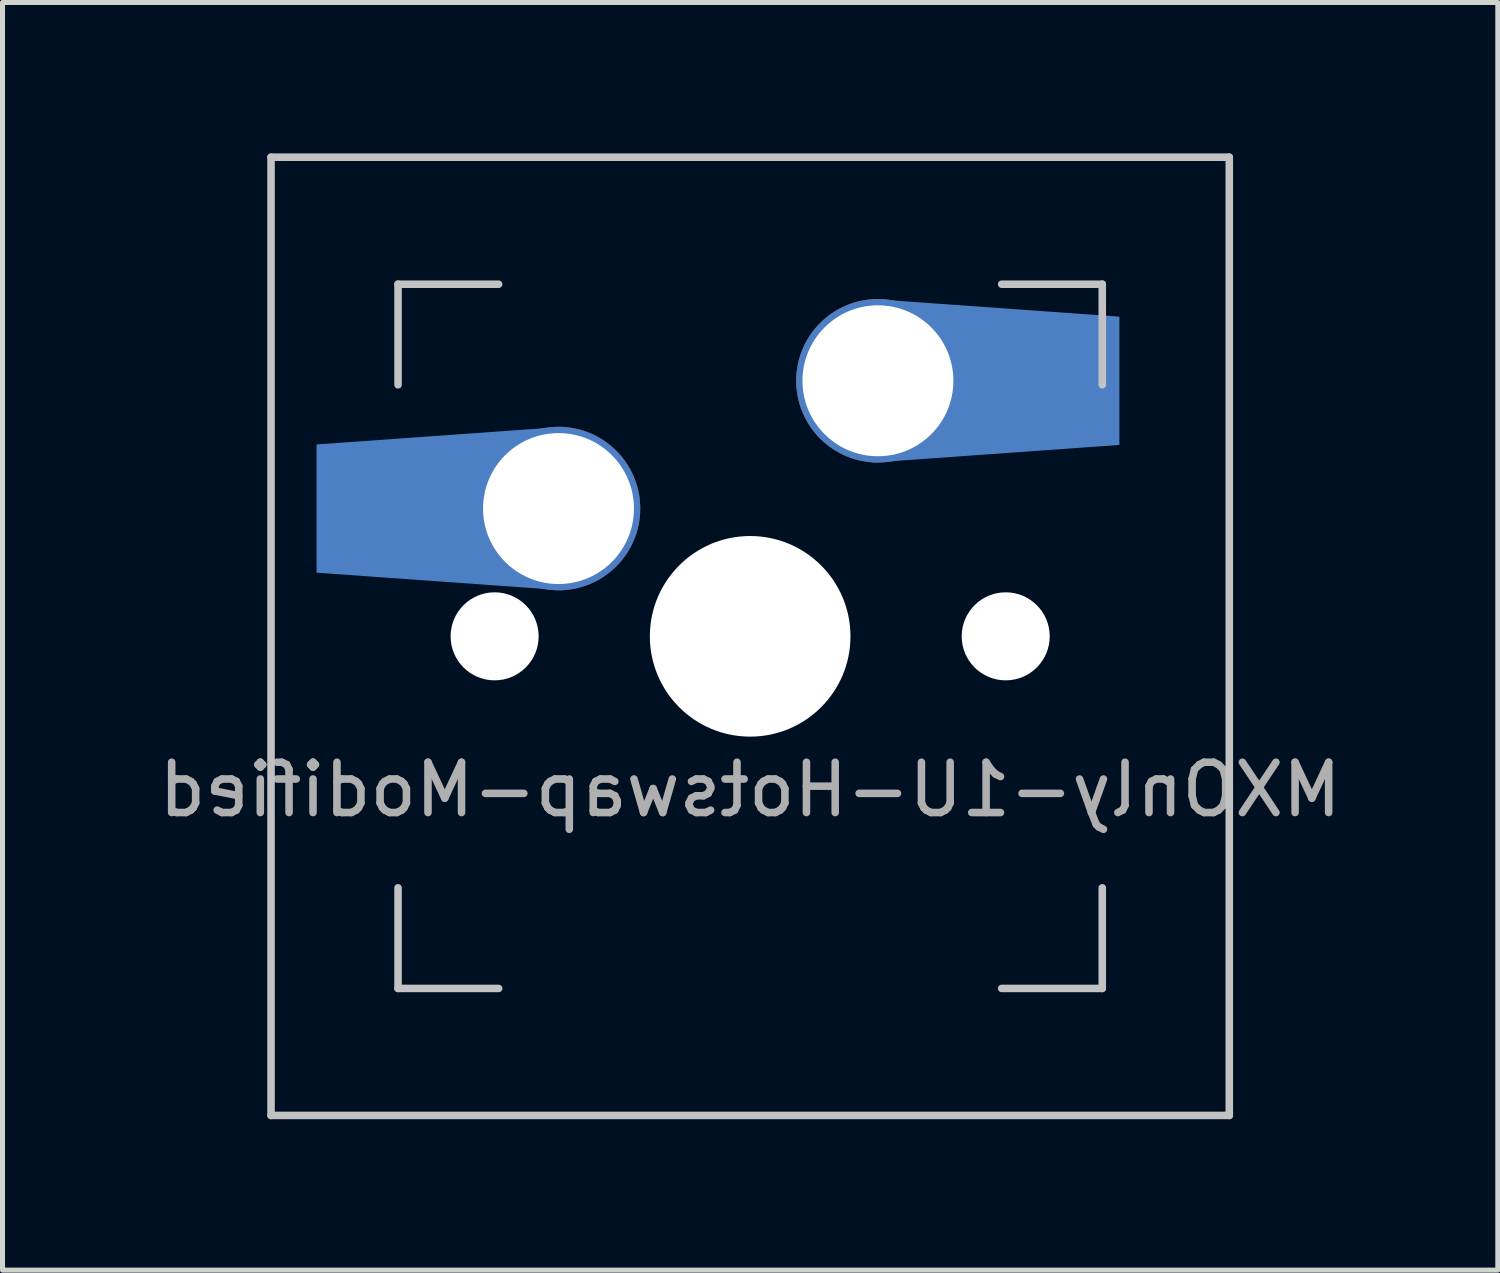
<source format=kicad_pcb>
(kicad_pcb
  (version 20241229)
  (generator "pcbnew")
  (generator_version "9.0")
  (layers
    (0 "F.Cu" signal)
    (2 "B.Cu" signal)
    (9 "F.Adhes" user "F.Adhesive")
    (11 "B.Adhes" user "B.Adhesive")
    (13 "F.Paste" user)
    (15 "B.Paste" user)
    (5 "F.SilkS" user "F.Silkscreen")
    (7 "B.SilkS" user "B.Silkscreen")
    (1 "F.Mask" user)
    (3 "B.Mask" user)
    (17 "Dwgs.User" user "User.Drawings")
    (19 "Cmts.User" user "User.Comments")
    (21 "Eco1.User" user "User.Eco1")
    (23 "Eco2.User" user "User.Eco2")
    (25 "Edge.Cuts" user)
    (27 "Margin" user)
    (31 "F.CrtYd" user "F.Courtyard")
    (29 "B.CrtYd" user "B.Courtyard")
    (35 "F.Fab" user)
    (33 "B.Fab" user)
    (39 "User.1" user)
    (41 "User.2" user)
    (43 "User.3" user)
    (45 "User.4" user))
  (footprint "MXOnly-1U-Hotswap-Modified"
    (layer "F.Cu")
    (at 11.863 9.6)
    (property "Reference" "MXOnly-1U-Hotswap-Modified" (at 0 3.048 0) (layer "F.Fab") (effects (font (size 1 1) (thickness 0.15)) (justify mirror)))
    (attr through_hole)
    (fp_line (start -9.525 -9.525) (end 9.525 -9.525) (stroke (width 0.15) (type solid)) (layer "Dwgs.User"))
    (fp_line (start -9.525 9.525) (end -9.525 -9.525) (stroke (width 0.15) (type solid)) (layer "Dwgs.User"))
    (fp_line (start -7 -7) (end -7 -5) (stroke (width 0.15) (type solid)) (layer "Dwgs.User"))
    (fp_line (start -7 5) (end -7 7) (stroke (width 0.15) (type solid)) (layer "Dwgs.User"))
    (fp_line (start -7 7) (end -5 7) (stroke (width 0.15) (type solid)) (layer "Dwgs.User"))
    (fp_line (start -5 -7) (end -7 -7) (stroke (width 0.15) (type solid)) (layer "Dwgs.User"))
    (fp_line (start 5 -7) (end 7 -7) (stroke (width 0.15) (type solid)) (layer "Dwgs.User"))
    (fp_line (start 5 7) (end 7 7) (stroke (width 0.15) (type solid)) (layer "Dwgs.User"))
    (fp_line (start 7 -7) (end 7 -5) (stroke (width 0.15) (type solid)) (layer "Dwgs.User"))
    (fp_line (start 7 7) (end 7 5) (stroke (width 0.15) (type solid)) (layer "Dwgs.User"))
    (fp_line (start 9.525 -9.525) (end 9.525 9.525) (stroke (width 0.15) (type solid)) (layer "Dwgs.User"))
    (fp_line (start 9.525 9.525) (end -9.525 9.525) (stroke (width 0.15) (type solid)) (layer "Dwgs.User"))
    (pad "" smd rect (at -7.085 -2.54) (size 2.55 2.5) (layers "B.Mask" "B.Paste"))
    (pad "" np_thru_hole circle (at -5.08 0 48.1) (size 1.75 1.75) (drill 1.75) (layers "*.Cu" "*.Mask"))
    (pad "" np_thru_hole circle (at 0 0) (size 3.988 3.988) (drill 3.988) (layers "*.Cu" "*.Mask"))
    (pad "" np_thru_hole circle (at 5.08 0 48.1) (size 1.75 1.75) (drill 1.75) (layers "*.Cu" "*.Mask"))
    (pad "" smd rect (at 5.815 -5.08) (size 2.55 2.5) (layers "B.Mask" "B.Paste"))
    (pad "1" smd trapezoid (at -6.17 -2.54) (size 4.9 2.9) (rect_delta -0.35 0) (layers "B.Cu"))
    (pad "1" thru_hole circle (at -3.81 -2.54) (size 3.25 3.25) (drill 3) (layers "*.Cu" "*.Mask"))
    (pad "2" thru_hole circle (at 2.54 -5.08) (size 3.25 3.25) (drill 3) (layers "*.Cu" "*.Mask"))
    (pad "2" smd trapezoid (at 4.89 -5.08) (size 4.9 2.9) (rect_delta 0.35 0) (layers "B.Cu")))
  (gr_rect
    (start -3 -3)
    (end 26.726 22.2)
    (stroke (width 0.1) (type default))
    (fill no)
    (layer "Edge.Cuts")))
</source>
